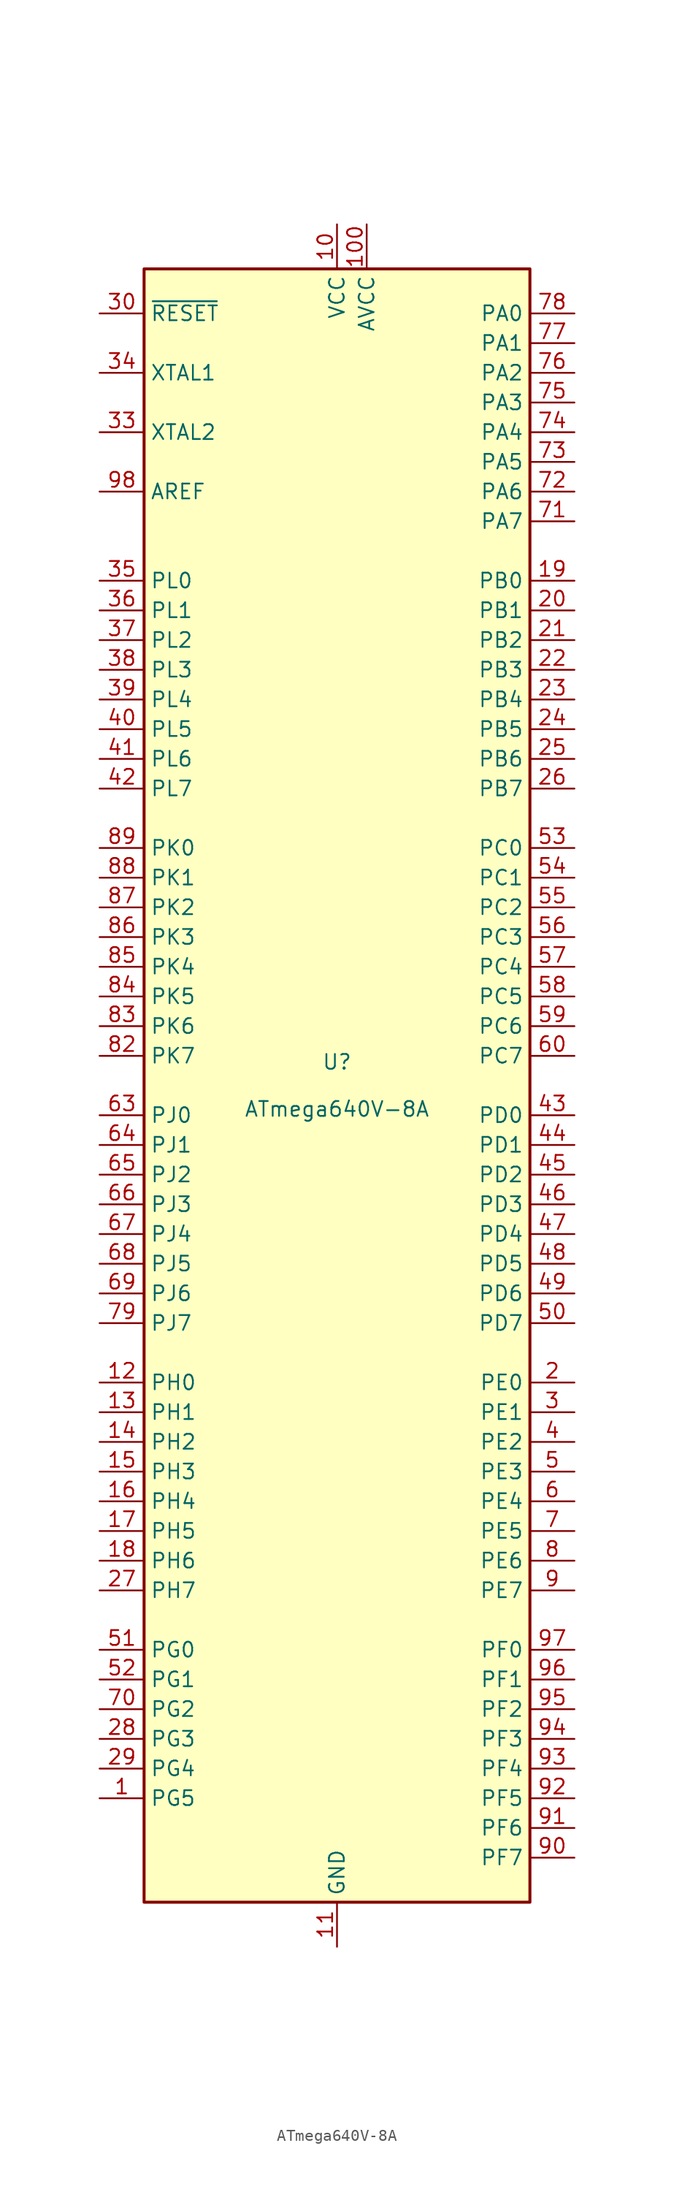
<source format=kicad_sym>
(kicad_symbol_lib
  (version 20201005)
  (generator kicad_symbol_editor)
  (symbol "ATmega640V-8A"
    (property "Reference" "U"
      (at 0 1.27 0)
      (effects (font (size 1.27 1.27)) (justify bottom)))
    (property "Value" "ATmega640V-8A"
      (at 0 -1.27 0)
      (effects (font (size 1.27 1.27)) (justify top)))
    (symbol "ATmega640V-8A_0_1"
      (rectangle (start -16.51 -69.85) (end 16.51 69.85) (stroke (width 0.254)) (fill (type background))))
    (symbol "ATmega640V-8A_1_1"
      (pin bidirectional line (at -20.32 -60.96 0) (length 3.81) (name "PG5" (effects (font (size 1.27 1.27)))) (number "1" (effects (font (size 1.27 1.27)))))
      (pin power_in line (at 0 73.66 270) (length 3.81) (name "VCC" (effects (font (size 1.27 1.27)))) (number "10" (effects (font (size 1.27 1.27)))))
      (pin power_in line (at 2.54 73.66 270) (length 3.81) (name "AVCC" (effects (font (size 1.27 1.27)))) (number "100" (effects (font (size 1.27 1.27)))))
      (pin power_in line (at 0 -73.66 90) (length 3.81) (name "GND" (effects (font (size 1.27 1.27)))) (number "11" (effects (font (size 1.27 1.27)))))
      (pin bidirectional line (at -20.32 -25.4 0) (length 3.81) (name "PH0" (effects (font (size 1.27 1.27)))) (number "12" (effects (font (size 1.27 1.27)))))
      (pin bidirectional line (at -20.32 -27.94 0) (length 3.81) (name "PH1" (effects (font (size 1.27 1.27)))) (number "13" (effects (font (size 1.27 1.27)))))
      (pin bidirectional line (at -20.32 -30.48 0) (length 3.81) (name "PH2" (effects (font (size 1.27 1.27)))) (number "14" (effects (font (size 1.27 1.27)))))
      (pin bidirectional line (at -20.32 -33.02 0) (length 3.81) (name "PH3" (effects (font (size 1.27 1.27)))) (number "15" (effects (font (size 1.27 1.27)))))
      (pin bidirectional line (at -20.32 -35.56 0) (length 3.81) (name "PH4" (effects (font (size 1.27 1.27)))) (number "16" (effects (font (size 1.27 1.27)))))
      (pin bidirectional line (at -20.32 -38.1 0) (length 3.81) (name "PH5" (effects (font (size 1.27 1.27)))) (number "17" (effects (font (size 1.27 1.27)))))
      (pin bidirectional line (at -20.32 -40.64 0) (length 3.81) (name "PH6" (effects (font (size 1.27 1.27)))) (number "18" (effects (font (size 1.27 1.27)))))
      (pin bidirectional line (at 20.32 43.18 180) (length 3.81) (name "PB0" (effects (font (size 1.27 1.27)))) (number "19" (effects (font (size 1.27 1.27)))))
      (pin bidirectional line (at 20.32 -25.4 180) (length 3.81) (name "PE0" (effects (font (size 1.27 1.27)))) (number "2" (effects (font (size 1.27 1.27)))))
      (pin bidirectional line (at 20.32 40.64 180) (length 3.81) (name "PB1" (effects (font (size 1.27 1.27)))) (number "20" (effects (font (size 1.27 1.27)))))
      (pin bidirectional line (at 20.32 38.1 180) (length 3.81) (name "PB2" (effects (font (size 1.27 1.27)))) (number "21" (effects (font (size 1.27 1.27)))))
      (pin bidirectional line (at 20.32 35.56 180) (length 3.81) (name "PB3" (effects (font (size 1.27 1.27)))) (number "22" (effects (font (size 1.27 1.27)))))
      (pin bidirectional line (at 20.32 33.02 180) (length 3.81) (name "PB4" (effects (font (size 1.27 1.27)))) (number "23" (effects (font (size 1.27 1.27)))))
      (pin bidirectional line (at 20.32 30.48 180) (length 3.81) (name "PB5" (effects (font (size 1.27 1.27)))) (number "24" (effects (font (size 1.27 1.27)))))
      (pin bidirectional line (at 20.32 27.94 180) (length 3.81) (name "PB6" (effects (font (size 1.27 1.27)))) (number "25" (effects (font (size 1.27 1.27)))))
      (pin bidirectional line (at 20.32 25.4 180) (length 3.81) (name "PB7" (effects (font (size 1.27 1.27)))) (number "26" (effects (font (size 1.27 1.27)))))
      (pin bidirectional line (at -20.32 -43.18 0) (length 3.81) (name "PH7" (effects (font (size 1.27 1.27)))) (number "27" (effects (font (size 1.27 1.27)))))
      (pin bidirectional line (at -20.32 -55.88 0) (length 3.81) (name "PG3" (effects (font (size 1.27 1.27)))) (number "28" (effects (font (size 1.27 1.27)))))
      (pin bidirectional line (at -20.32 -58.42 0) (length 3.81) (name "PG4" (effects (font (size 1.27 1.27)))) (number "29" (effects (font (size 1.27 1.27)))))
      (pin bidirectional line (at 20.32 -27.94 180) (length 3.81) (name "PE1" (effects (font (size 1.27 1.27)))) (number "3" (effects (font (size 1.27 1.27)))))
      (pin input line (at -20.32 66.04 0) (length 3.81) (name "~RESET" (effects (font (size 1.27 1.27)))) (number "30" (effects (font (size 1.27 1.27)))))
      (pin passive line (at 0 73.66 270) (length 3.81) hide (name "VCC" (effects (font (size 1.27 1.27)))) (number "31" (effects (font (size 1.27 1.27)))))
      (pin passive line (at 0 -73.66 90) (length 3.81) hide (name "GND" (effects (font (size 1.27 1.27)))) (number "32" (effects (font (size 1.27 1.27)))))
      (pin output line (at -20.32 55.88 0) (length 3.81) (name "XTAL2" (effects (font (size 1.27 1.27)))) (number "33" (effects (font (size 1.27 1.27)))))
      (pin input line (at -20.32 60.96 0) (length 3.81) (name "XTAL1" (effects (font (size 1.27 1.27)))) (number "34" (effects (font (size 1.27 1.27)))))
      (pin bidirectional line (at -20.32 43.18 0) (length 3.81) (name "PL0" (effects (font (size 1.27 1.27)))) (number "35" (effects (font (size 1.27 1.27)))))
      (pin bidirectional line (at -20.32 40.64 0) (length 3.81) (name "PL1" (effects (font (size 1.27 1.27)))) (number "36" (effects (font (size 1.27 1.27)))))
      (pin bidirectional line (at -20.32 38.1 0) (length 3.81) (name "PL2" (effects (font (size 1.27 1.27)))) (number "37" (effects (font (size 1.27 1.27)))))
      (pin bidirectional line (at -20.32 35.56 0) (length 3.81) (name "PL3" (effects (font (size 1.27 1.27)))) (number "38" (effects (font (size 1.27 1.27)))))
      (pin bidirectional line (at -20.32 33.02 0) (length 3.81) (name "PL4" (effects (font (size 1.27 1.27)))) (number "39" (effects (font (size 1.27 1.27)))))
      (pin bidirectional line (at 20.32 -30.48 180) (length 3.81) (name "PE2" (effects (font (size 1.27 1.27)))) (number "4" (effects (font (size 1.27 1.27)))))
      (pin bidirectional line (at -20.32 30.48 0) (length 3.81) (name "PL5" (effects (font (size 1.27 1.27)))) (number "40" (effects (font (size 1.27 1.27)))))
      (pin bidirectional line (at -20.32 27.94 0) (length 3.81) (name "PL6" (effects (font (size 1.27 1.27)))) (number "41" (effects (font (size 1.27 1.27)))))
      (pin bidirectional line (at -20.32 25.4 0) (length 3.81) (name "PL7" (effects (font (size 1.27 1.27)))) (number "42" (effects (font (size 1.27 1.27)))))
      (pin bidirectional line (at 20.32 -2.54 180) (length 3.81) (name "PD0" (effects (font (size 1.27 1.27)))) (number "43" (effects (font (size 1.27 1.27)))))
      (pin bidirectional line (at 20.32 -5.08 180) (length 3.81) (name "PD1" (effects (font (size 1.27 1.27)))) (number "44" (effects (font (size 1.27 1.27)))))
      (pin bidirectional line (at 20.32 -7.62 180) (length 3.81) (name "PD2" (effects (font (size 1.27 1.27)))) (number "45" (effects (font (size 1.27 1.27)))))
      (pin bidirectional line (at 20.32 -10.16 180) (length 3.81) (name "PD3" (effects (font (size 1.27 1.27)))) (number "46" (effects (font (size 1.27 1.27)))))
      (pin bidirectional line (at 20.32 -12.7 180) (length 3.81) (name "PD4" (effects (font (size 1.27 1.27)))) (number "47" (effects (font (size 1.27 1.27)))))
      (pin bidirectional line (at 20.32 -15.24 180) (length 3.81) (name "PD5" (effects (font (size 1.27 1.27)))) (number "48" (effects (font (size 1.27 1.27)))))
      (pin bidirectional line (at 20.32 -17.78 180) (length 3.81) (name "PD6" (effects (font (size 1.27 1.27)))) (number "49" (effects (font (size 1.27 1.27)))))
      (pin bidirectional line (at 20.32 -33.02 180) (length 3.81) (name "PE3" (effects (font (size 1.27 1.27)))) (number "5" (effects (font (size 1.27 1.27)))))
      (pin bidirectional line (at 20.32 -20.32 180) (length 3.81) (name "PD7" (effects (font (size 1.27 1.27)))) (number "50" (effects (font (size 1.27 1.27)))))
      (pin bidirectional line (at -20.32 -48.26 0) (length 3.81) (name "PG0" (effects (font (size 1.27 1.27)))) (number "51" (effects (font (size 1.27 1.27)))))
      (pin bidirectional line (at -20.32 -50.8 0) (length 3.81) (name "PG1" (effects (font (size 1.27 1.27)))) (number "52" (effects (font (size 1.27 1.27)))))
      (pin bidirectional line (at 20.32 20.32 180) (length 3.81) (name "PC0" (effects (font (size 1.27 1.27)))) (number "53" (effects (font (size 1.27 1.27)))))
      (pin bidirectional line (at 20.32 17.78 180) (length 3.81) (name "PC1" (effects (font (size 1.27 1.27)))) (number "54" (effects (font (size 1.27 1.27)))))
      (pin bidirectional line (at 20.32 15.24 180) (length 3.81) (name "PC2" (effects (font (size 1.27 1.27)))) (number "55" (effects (font (size 1.27 1.27)))))
      (pin bidirectional line (at 20.32 12.7 180) (length 3.81) (name "PC3" (effects (font (size 1.27 1.27)))) (number "56" (effects (font (size 1.27 1.27)))))
      (pin bidirectional line (at 20.32 10.16 180) (length 3.81) (name "PC4" (effects (font (size 1.27 1.27)))) (number "57" (effects (font (size 1.27 1.27)))))
      (pin bidirectional line (at 20.32 7.62 180) (length 3.81) (name "PC5" (effects (font (size 1.27 1.27)))) (number "58" (effects (font (size 1.27 1.27)))))
      (pin bidirectional line (at 20.32 5.08 180) (length 3.81) (name "PC6" (effects (font (size 1.27 1.27)))) (number "59" (effects (font (size 1.27 1.27)))))
      (pin bidirectional line (at 20.32 -35.56 180) (length 3.81) (name "PE4" (effects (font (size 1.27 1.27)))) (number "6" (effects (font (size 1.27 1.27)))))
      (pin bidirectional line (at 20.32 2.54 180) (length 3.81) (name "PC7" (effects (font (size 1.27 1.27)))) (number "60" (effects (font (size 1.27 1.27)))))
      (pin passive line (at 0 73.66 270) (length 3.81) hide (name "VCC" (effects (font (size 1.27 1.27)))) (number "61" (effects (font (size 1.27 1.27)))))
      (pin passive line (at 0 -73.66 90) (length 3.81) hide (name "GND" (effects (font (size 1.27 1.27)))) (number "62" (effects (font (size 1.27 1.27)))))
      (pin bidirectional line (at -20.32 -2.54 0) (length 3.81) (name "PJ0" (effects (font (size 1.27 1.27)))) (number "63" (effects (font (size 1.27 1.27)))))
      (pin bidirectional line (at -20.32 -5.08 0) (length 3.81) (name "PJ1" (effects (font (size 1.27 1.27)))) (number "64" (effects (font (size 1.27 1.27)))))
      (pin bidirectional line (at -20.32 -7.62 0) (length 3.81) (name "PJ2" (effects (font (size 1.27 1.27)))) (number "65" (effects (font (size 1.27 1.27)))))
      (pin bidirectional line (at -20.32 -10.16 0) (length 3.81) (name "PJ3" (effects (font (size 1.27 1.27)))) (number "66" (effects (font (size 1.27 1.27)))))
      (pin bidirectional line (at -20.32 -12.7 0) (length 3.81) (name "PJ4" (effects (font (size 1.27 1.27)))) (number "67" (effects (font (size 1.27 1.27)))))
      (pin bidirectional line (at -20.32 -15.24 0) (length 3.81) (name "PJ5" (effects (font (size 1.27 1.27)))) (number "68" (effects (font (size 1.27 1.27)))))
      (pin bidirectional line (at -20.32 -17.78 0) (length 3.81) (name "PJ6" (effects (font (size 1.27 1.27)))) (number "69" (effects (font (size 1.27 1.27)))))
      (pin bidirectional line (at 20.32 -38.1 180) (length 3.81) (name "PE5" (effects (font (size 1.27 1.27)))) (number "7" (effects (font (size 1.27 1.27)))))
      (pin bidirectional line (at -20.32 -53.34 0) (length 3.81) (name "PG2" (effects (font (size 1.27 1.27)))) (number "70" (effects (font (size 1.27 1.27)))))
      (pin bidirectional line (at 20.32 48.26 180) (length 3.81) (name "PA7" (effects (font (size 1.27 1.27)))) (number "71" (effects (font (size 1.27 1.27)))))
      (pin bidirectional line (at 20.32 50.8 180) (length 3.81) (name "PA6" (effects (font (size 1.27 1.27)))) (number "72" (effects (font (size 1.27 1.27)))))
      (pin bidirectional line (at 20.32 53.34 180) (length 3.81) (name "PA5" (effects (font (size 1.27 1.27)))) (number "73" (effects (font (size 1.27 1.27)))))
      (pin bidirectional line (at 20.32 55.88 180) (length 3.81) (name "PA4" (effects (font (size 1.27 1.27)))) (number "74" (effects (font (size 1.27 1.27)))))
      (pin bidirectional line (at 20.32 58.42 180) (length 3.81) (name "PA3" (effects (font (size 1.27 1.27)))) (number "75" (effects (font (size 1.27 1.27)))))
      (pin bidirectional line (at 20.32 60.96 180) (length 3.81) (name "PA2" (effects (font (size 1.27 1.27)))) (number "76" (effects (font (size 1.27 1.27)))))
      (pin bidirectional line (at 20.32 63.5 180) (length 3.81) (name "PA1" (effects (font (size 1.27 1.27)))) (number "77" (effects (font (size 1.27 1.27)))))
      (pin bidirectional line (at 20.32 66.04 180) (length 3.81) (name "PA0" (effects (font (size 1.27 1.27)))) (number "78" (effects (font (size 1.27 1.27)))))
      (pin bidirectional line (at -20.32 -20.32 0) (length 3.81) (name "PJ7" (effects (font (size 1.27 1.27)))) (number "79" (effects (font (size 1.27 1.27)))))
      (pin bidirectional line (at 20.32 -40.64 180) (length 3.81) (name "PE6" (effects (font (size 1.27 1.27)))) (number "8" (effects (font (size 1.27 1.27)))))
      (pin passive line (at 0 73.66 270) (length 3.81) hide (name "VCC" (effects (font (size 1.27 1.27)))) (number "80" (effects (font (size 1.27 1.27)))))
      (pin passive line (at 0 -73.66 90) (length 3.81) hide (name "GND" (effects (font (size 1.27 1.27)))) (number "81" (effects (font (size 1.27 1.27)))))
      (pin bidirectional line (at -20.32 2.54 0) (length 3.81) (name "PK7" (effects (font (size 1.27 1.27)))) (number "82" (effects (font (size 1.27 1.27)))))
      (pin bidirectional line (at -20.32 5.08 0) (length 3.81) (name "PK6" (effects (font (size 1.27 1.27)))) (number "83" (effects (font (size 1.27 1.27)))))
      (pin bidirectional line (at -20.32 7.62 0) (length 3.81) (name "PK5" (effects (font (size 1.27 1.27)))) (number "84" (effects (font (size 1.27 1.27)))))
      (pin bidirectional line (at -20.32 10.16 0) (length 3.81) (name "PK4" (effects (font (size 1.27 1.27)))) (number "85" (effects (font (size 1.27 1.27)))))
      (pin bidirectional line (at -20.32 12.7 0) (length 3.81) (name "PK3" (effects (font (size 1.27 1.27)))) (number "86" (effects (font (size 1.27 1.27)))))
      (pin bidirectional line (at -20.32 15.24 0) (length 3.81) (name "PK2" (effects (font (size 1.27 1.27)))) (number "87" (effects (font (size 1.27 1.27)))))
      (pin bidirectional line (at -20.32 17.78 0) (length 3.81) (name "PK1" (effects (font (size 1.27 1.27)))) (number "88" (effects (font (size 1.27 1.27)))))
      (pin bidirectional line (at -20.32 20.32 0) (length 3.81) (name "PK0" (effects (font (size 1.27 1.27)))) (number "89" (effects (font (size 1.27 1.27)))))
      (pin bidirectional line (at 20.32 -43.18 180) (length 3.81) (name "PE7" (effects (font (size 1.27 1.27)))) (number "9" (effects (font (size 1.27 1.27)))))
      (pin bidirectional line (at 20.32 -66.04 180) (length 3.81) (name "PF7" (effects (font (size 1.27 1.27)))) (number "90" (effects (font (size 1.27 1.27)))))
      (pin bidirectional line (at 20.32 -63.5 180) (length 3.81) (name "PF6" (effects (font (size 1.27 1.27)))) (number "91" (effects (font (size 1.27 1.27)))))
      (pin bidirectional line (at 20.32 -60.96 180) (length 3.81) (name "PF5" (effects (font (size 1.27 1.27)))) (number "92" (effects (font (size 1.27 1.27)))))
      (pin bidirectional line (at 20.32 -58.42 180) (length 3.81) (name "PF4" (effects (font (size 1.27 1.27)))) (number "93" (effects (font (size 1.27 1.27)))))
      (pin bidirectional line (at 20.32 -55.88 180) (length 3.81) (name "PF3" (effects (font (size 1.27 1.27)))) (number "94" (effects (font (size 1.27 1.27)))))
      (pin bidirectional line (at 20.32 -53.34 180) (length 3.81) (name "PF2" (effects (font (size 1.27 1.27)))) (number "95" (effects (font (size 1.27 1.27)))))
      (pin bidirectional line (at 20.32 -50.8 180) (length 3.81) (name "PF1" (effects (font (size 1.27 1.27)))) (number "96" (effects (font (size 1.27 1.27)))))
      (pin bidirectional line (at 20.32 -48.26 180) (length 3.81) (name "PF0" (effects (font (size 1.27 1.27)))) (number "97" (effects (font (size 1.27 1.27)))))
      (pin passive line (at -20.32 50.8 0) (length 3.81) (name "AREF" (effects (font (size 1.27 1.27)))) (number "98" (effects (font (size 1.27 1.27)))))
      (pin passive line (at 0 -73.66 90) (length 3.81) hide (name "GND" (effects (font (size 1.27 1.27)))) (number "99" (effects (font (size 1.27 1.27))))))))
</source>
